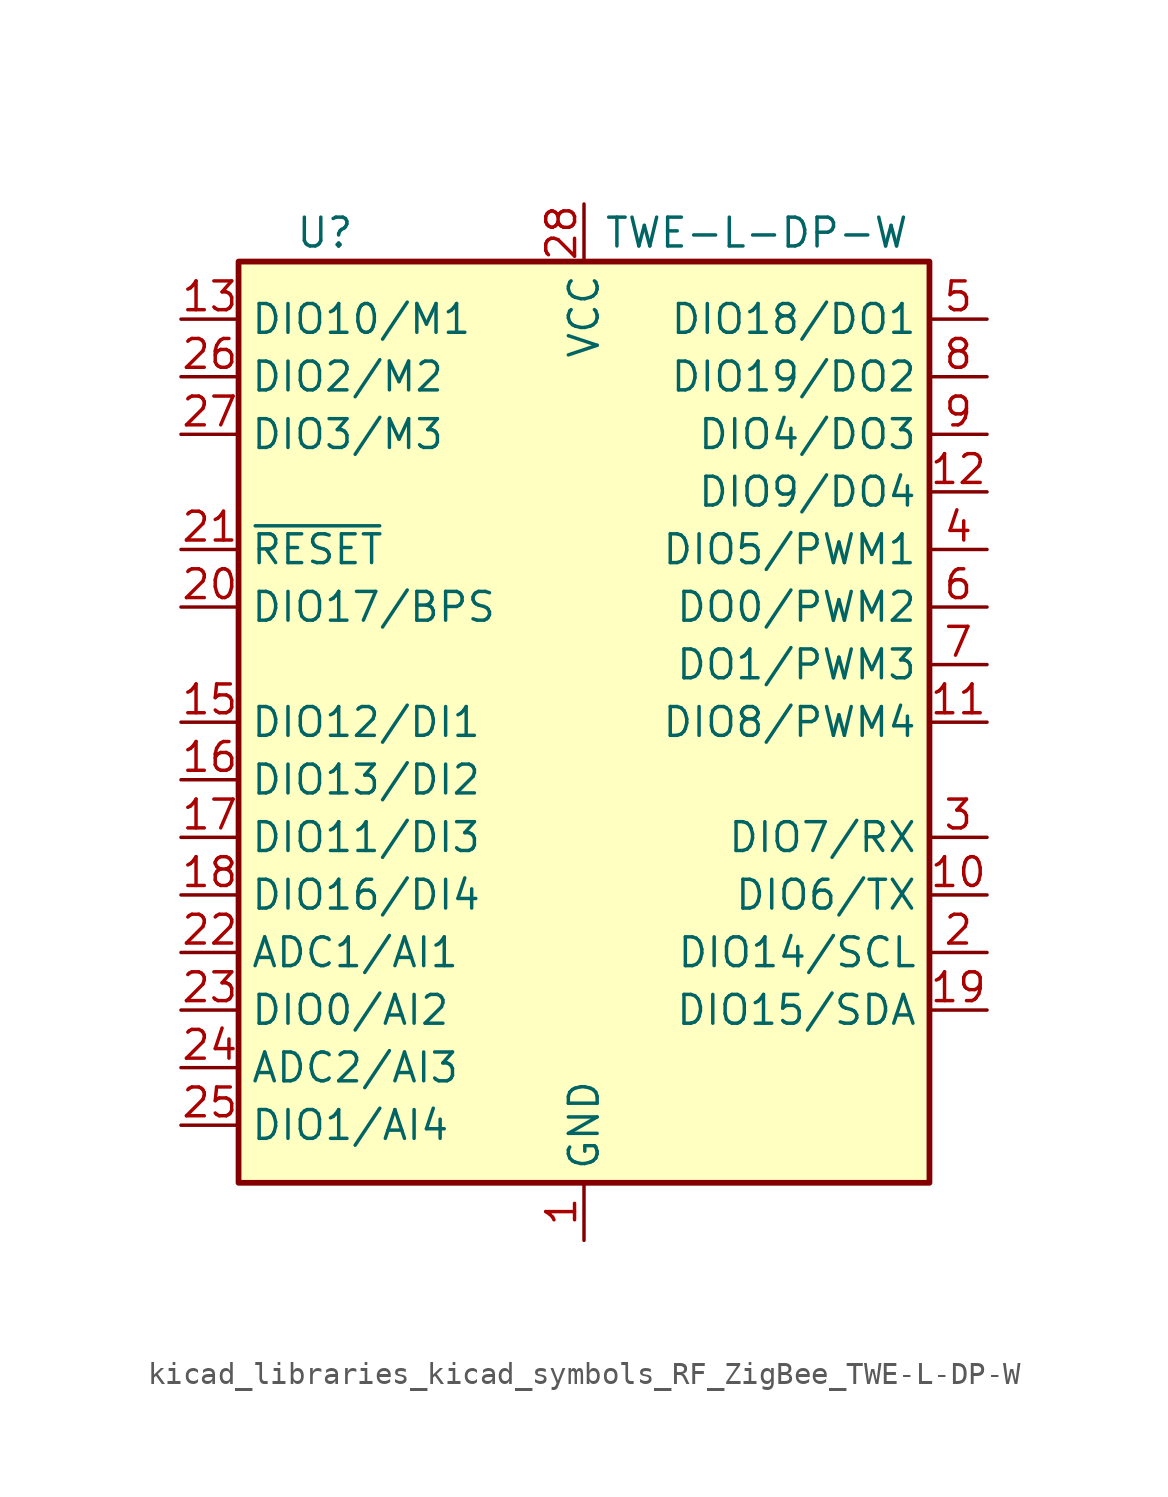
<source format=kicad_sym>
(kicad_symbol_lib
  (version 20220914)
  (generator kicad_symbol_editor)
  (symbol "kicad_libraries_kicad_symbols_RF_ZigBee_TWE-L-DP-W"
    (property "Reference" "U"
      (at -11.43 21.59 0)
      (effects (font (size 1.27 1.27))))
    (property "Value" "TWE-L-DP-W"
      (at 7.62 21.59 0)
      (effects (font (size 1.27 1.27))))
    (symbol "kicad_libraries_kicad_symbols_RF_ZigBee_TWE-L-DP-W_1_0"
      (rectangle (start -15.24 -20.32) (end 15.24 20.32) (stroke (width 0.254) (type default)) (fill (type background))))
    (symbol "kicad_libraries_kicad_symbols_RF_ZigBee_TWE-L-DP-W_1_1"
      (pin power_in line (at 0 -22.86 90) (length 2.54) (name "GND" (effects (font (size 1.27 1.27)))) (number "1" (effects (font (size 1.27 1.27)))))
      (pin bidirectional line (at 17.78 -7.62 180) (length 2.54) (name "DIO6/TX" (effects (font (size 1.27 1.27)))) (number "10" (effects (font (size 1.27 1.27)))))
      (pin bidirectional line (at 17.78 0 180) (length 2.54) (name "DIO8/PWM4" (effects (font (size 1.27 1.27)))) (number "11" (effects (font (size 1.27 1.27)))))
      (pin bidirectional line (at 17.78 10.16 180) (length 2.54) (name "DIO9/DO4" (effects (font (size 1.27 1.27)))) (number "12" (effects (font (size 1.27 1.27)))))
      (pin bidirectional line (at -17.78 17.78 0) (length 2.54) (name "DIO10/M1" (effects (font (size 1.27 1.27)))) (number "13" (effects (font (size 1.27 1.27)))))
      (pin passive line (at 0 -22.86 90) (length 2.54) hide (name "GND" (effects (font (size 1.27 1.27)))) (number "14" (effects (font (size 1.27 1.27)))))
      (pin bidirectional line (at -17.78 0 0) (length 2.54) (name "DIO12/DI1" (effects (font (size 1.27 1.27)))) (number "15" (effects (font (size 1.27 1.27)))))
      (pin bidirectional line (at -17.78 -2.54 0) (length 2.54) (name "DIO13/DI2" (effects (font (size 1.27 1.27)))) (number "16" (effects (font (size 1.27 1.27)))))
      (pin bidirectional line (at -17.78 -5.08 0) (length 2.54) (name "DIO11/DI3" (effects (font (size 1.27 1.27)))) (number "17" (effects (font (size 1.27 1.27)))))
      (pin bidirectional line (at -17.78 -7.62 0) (length 2.54) (name "DIO16/DI4" (effects (font (size 1.27 1.27)))) (number "18" (effects (font (size 1.27 1.27)))))
      (pin bidirectional line (at 17.78 -12.7 180) (length 2.54) (name "DIO15/SDA" (effects (font (size 1.27 1.27)))) (number "19" (effects (font (size 1.27 1.27)))))
      (pin bidirectional line (at 17.78 -10.16 180) (length 2.54) (name "DIO14/SCL" (effects (font (size 1.27 1.27)))) (number "2" (effects (font (size 1.27 1.27)))))
      (pin bidirectional line (at -17.78 5.08 0) (length 2.54) (name "DIO17/BPS" (effects (font (size 1.27 1.27)))) (number "20" (effects (font (size 1.27 1.27)))))
      (pin input line (at -17.78 7.62 0) (length 2.54) (name "~{RESET}" (effects (font (size 1.27 1.27)))) (number "21" (effects (font (size 1.27 1.27)))))
      (pin input line (at -17.78 -10.16 0) (length 2.54) (name "ADC1/AI1" (effects (font (size 1.27 1.27)))) (number "22" (effects (font (size 1.27 1.27)))))
      (pin bidirectional line (at -17.78 -12.7 0) (length 2.54) (name "DIO0/AI2" (effects (font (size 1.27 1.27)))) (number "23" (effects (font (size 1.27 1.27)))))
      (pin input line (at -17.78 -15.24 0) (length 2.54) (name "ADC2/AI3" (effects (font (size 1.27 1.27)))) (number "24" (effects (font (size 1.27 1.27)))))
      (pin bidirectional line (at -17.78 -17.78 0) (length 2.54) (name "DIO1/AI4" (effects (font (size 1.27 1.27)))) (number "25" (effects (font (size 1.27 1.27)))))
      (pin bidirectional line (at -17.78 15.24 0) (length 2.54) (name "DIO2/M2" (effects (font (size 1.27 1.27)))) (number "26" (effects (font (size 1.27 1.27)))))
      (pin bidirectional line (at -17.78 12.7 0) (length 2.54) (name "DIO3/M3" (effects (font (size 1.27 1.27)))) (number "27" (effects (font (size 1.27 1.27)))))
      (pin power_in line (at 0 22.86 270) (length 2.54) (name "VCC" (effects (font (size 1.27 1.27)))) (number "28" (effects (font (size 1.27 1.27)))))
      (pin bidirectional line (at 17.78 -5.08 180) (length 2.54) (name "DIO7/RX" (effects (font (size 1.27 1.27)))) (number "3" (effects (font (size 1.27 1.27)))))
      (pin bidirectional line (at 17.78 7.62 180) (length 2.54) (name "DIO5/PWM1" (effects (font (size 1.27 1.27)))) (number "4" (effects (font (size 1.27 1.27)))))
      (pin bidirectional line (at 17.78 17.78 180) (length 2.54) (name "DIO18/DO1" (effects (font (size 1.27 1.27)))) (number "5" (effects (font (size 1.27 1.27)))))
      (pin output line (at 17.78 5.08 180) (length 2.54) (name "DO0/PWM2" (effects (font (size 1.27 1.27)))) (number "6" (effects (font (size 1.27 1.27)))))
      (pin bidirectional line (at 17.78 2.54 180) (length 2.54) (name "DO1/PWM3" (effects (font (size 1.27 1.27)))) (number "7" (effects (font (size 1.27 1.27)))))
      (pin bidirectional line (at 17.78 15.24 180) (length 2.54) (name "DIO19/DO2" (effects (font (size 1.27 1.27)))) (number "8" (effects (font (size 1.27 1.27)))))
      (pin bidirectional line (at 17.78 12.7 180) (length 2.54) (name "DIO4/DO3" (effects (font (size 1.27 1.27)))) (number "9" (effects (font (size 1.27 1.27))))))))
</source>
